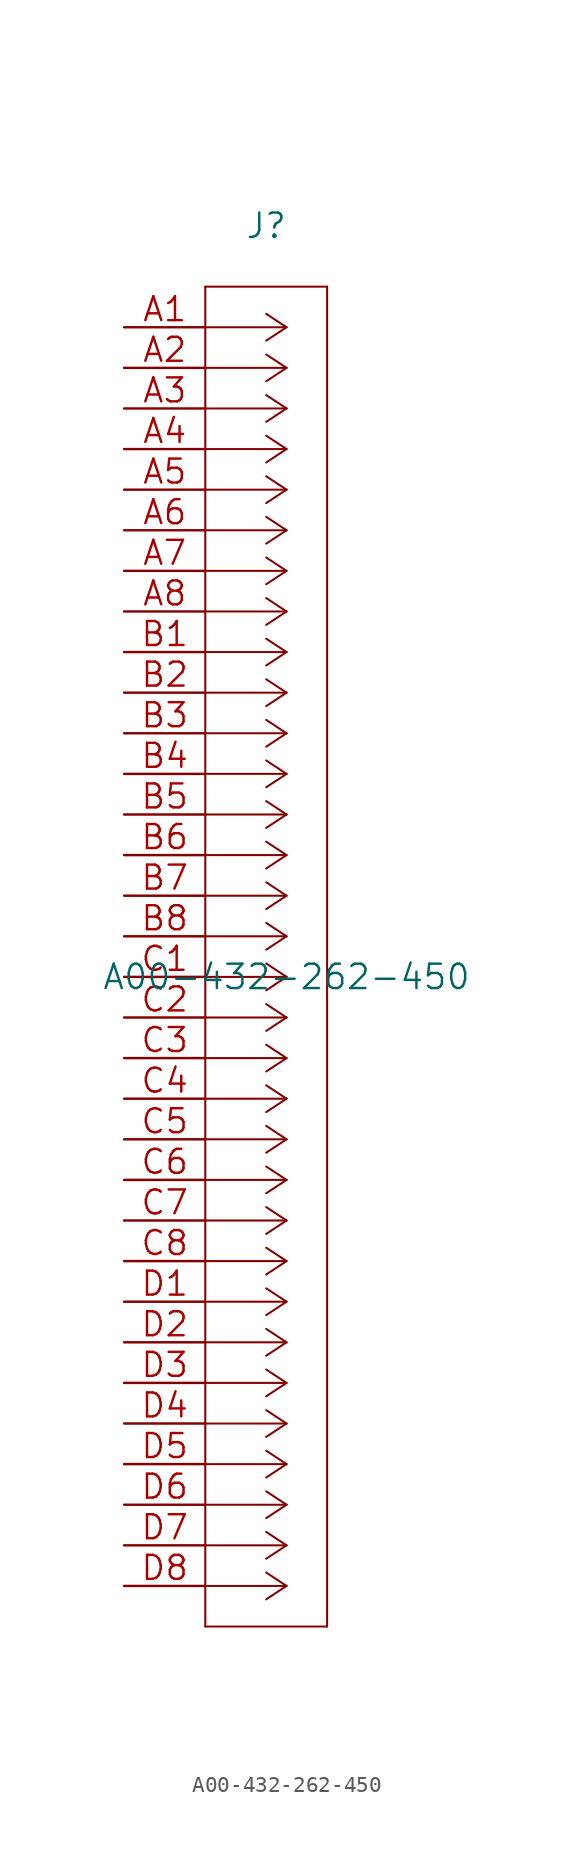
<source format=kicad_sym>
(kicad_symbol_lib
  (version 20211014)
  (generator kicad_symbol_editor)
  (symbol "A00-432-262-450"
    (pin_names
      (offset 0.254) hide)
    (property "Reference" "J"
      (at 8.89 6.35 0)
      (effects (font (size 1.524 1.524))))
    (property "Value" "A00-432-262-450"
      (at 10.16 -40.64 0)
      (effects (font (size 1.524 1.524))))
    (property "Datasheet" ""
      (at 0 0 0)
      (effects (font (size 1.524 1.524))))
    (property "ki_locked" ""
      (at 0 0 0)
      (effects (font (size 1.27 1.27))))
    (symbol "A00-432-262-450_1_1"
      (polyline (pts (xy 5.08 -81.28) (xy 12.7 -81.28)) (stroke (width 0.127) (type default) (color 0 0 0 0)) (fill (type none)))
      (polyline (pts (xy 5.08 2.54) (xy 5.08 -81.28)) (stroke (width 0.127) (type default) (color 0 0 0 0)) (fill (type none)))
      (polyline (pts (xy 10.16 -78.74) (xy 5.08 -78.74)) (stroke (width 0.127) (type default) (color 0 0 0 0)) (fill (type none)))
      (polyline (pts (xy 10.16 -78.74) (xy 8.89 -79.578)) (stroke (width 0.127) (type default) (color 0 0 0 0)) (fill (type none)))
      (polyline (pts (xy 10.16 -78.74) (xy 8.89 -77.902)) (stroke (width 0.127) (type default) (color 0 0 0 0)) (fill (type none)))
      (polyline (pts (xy 10.16 -76.2) (xy 5.08 -76.2)) (stroke (width 0.127) (type default) (color 0 0 0 0)) (fill (type none)))
      (polyline (pts (xy 10.16 -76.2) (xy 8.89 -77.038)) (stroke (width 0.127) (type default) (color 0 0 0 0)) (fill (type none)))
      (polyline (pts (xy 10.16 -76.2) (xy 8.89 -75.362)) (stroke (width 0.127) (type default) (color 0 0 0 0)) (fill (type none)))
      (polyline (pts (xy 10.16 -73.66) (xy 5.08 -73.66)) (stroke (width 0.127) (type default) (color 0 0 0 0)) (fill (type none)))
      (polyline (pts (xy 10.16 -73.66) (xy 8.89 -74.498)) (stroke (width 0.127) (type default) (color 0 0 0 0)) (fill (type none)))
      (polyline (pts (xy 10.16 -73.66) (xy 8.89 -72.822)) (stroke (width 0.127) (type default) (color 0 0 0 0)) (fill (type none)))
      (polyline (pts (xy 10.16 -71.12) (xy 5.08 -71.12)) (stroke (width 0.127) (type default) (color 0 0 0 0)) (fill (type none)))
      (polyline (pts (xy 10.16 -71.12) (xy 8.89 -71.958)) (stroke (width 0.127) (type default) (color 0 0 0 0)) (fill (type none)))
      (polyline (pts (xy 10.16 -71.12) (xy 8.89 -70.282)) (stroke (width 0.127) (type default) (color 0 0 0 0)) (fill (type none)))
      (polyline (pts (xy 10.16 -68.58) (xy 5.08 -68.58)) (stroke (width 0.127) (type default) (color 0 0 0 0)) (fill (type none)))
      (polyline (pts (xy 10.16 -68.58) (xy 8.89 -69.418)) (stroke (width 0.127) (type default) (color 0 0 0 0)) (fill (type none)))
      (polyline (pts (xy 10.16 -68.58) (xy 8.89 -67.742)) (stroke (width 0.127) (type default) (color 0 0 0 0)) (fill (type none)))
      (polyline (pts (xy 10.16 -66.04) (xy 5.08 -66.04)) (stroke (width 0.127) (type default) (color 0 0 0 0)) (fill (type none)))
      (polyline (pts (xy 10.16 -66.04) (xy 8.89 -66.878)) (stroke (width 0.127) (type default) (color 0 0 0 0)) (fill (type none)))
      (polyline (pts (xy 10.16 -66.04) (xy 8.89 -65.202)) (stroke (width 0.127) (type default) (color 0 0 0 0)) (fill (type none)))
      (polyline (pts (xy 10.16 -63.5) (xy 5.08 -63.5)) (stroke (width 0.127) (type default) (color 0 0 0 0)) (fill (type none)))
      (polyline (pts (xy 10.16 -63.5) (xy 8.89 -64.338)) (stroke (width 0.127) (type default) (color 0 0 0 0)) (fill (type none)))
      (polyline (pts (xy 10.16 -63.5) (xy 8.89 -62.662)) (stroke (width 0.127) (type default) (color 0 0 0 0)) (fill (type none)))
      (polyline (pts (xy 10.16 -60.96) (xy 5.08 -60.96)) (stroke (width 0.127) (type default) (color 0 0 0 0)) (fill (type none)))
      (polyline (pts (xy 10.16 -60.96) (xy 8.89 -61.798)) (stroke (width 0.127) (type default) (color 0 0 0 0)) (fill (type none)))
      (polyline (pts (xy 10.16 -60.96) (xy 8.89 -60.122)) (stroke (width 0.127) (type default) (color 0 0 0 0)) (fill (type none)))
      (polyline (pts (xy 10.16 -58.42) (xy 5.08 -58.42)) (stroke (width 0.127) (type default) (color 0 0 0 0)) (fill (type none)))
      (polyline (pts (xy 10.16 -58.42) (xy 8.89 -59.258)) (stroke (width 0.127) (type default) (color 0 0 0 0)) (fill (type none)))
      (polyline (pts (xy 10.16 -58.42) (xy 8.89 -57.582)) (stroke (width 0.127) (type default) (color 0 0 0 0)) (fill (type none)))
      (polyline (pts (xy 10.16 -55.88) (xy 5.08 -55.88)) (stroke (width 0.127) (type default) (color 0 0 0 0)) (fill (type none)))
      (polyline (pts (xy 10.16 -55.88) (xy 8.89 -56.718)) (stroke (width 0.127) (type default) (color 0 0 0 0)) (fill (type none)))
      (polyline (pts (xy 10.16 -55.88) (xy 8.89 -55.042)) (stroke (width 0.127) (type default) (color 0 0 0 0)) (fill (type none)))
      (polyline (pts (xy 10.16 -53.34) (xy 5.08 -53.34)) (stroke (width 0.127) (type default) (color 0 0 0 0)) (fill (type none)))
      (polyline (pts (xy 10.16 -53.34) (xy 8.89 -54.178)) (stroke (width 0.127) (type default) (color 0 0 0 0)) (fill (type none)))
      (polyline (pts (xy 10.16 -53.34) (xy 8.89 -52.502)) (stroke (width 0.127) (type default) (color 0 0 0 0)) (fill (type none)))
      (polyline (pts (xy 10.16 -50.8) (xy 5.08 -50.8)) (stroke (width 0.127) (type default) (color 0 0 0 0)) (fill (type none)))
      (polyline (pts (xy 10.16 -50.8) (xy 8.89 -51.638)) (stroke (width 0.127) (type default) (color 0 0 0 0)) (fill (type none)))
      (polyline (pts (xy 10.16 -50.8) (xy 8.89 -49.962)) (stroke (width 0.127) (type default) (color 0 0 0 0)) (fill (type none)))
      (polyline (pts (xy 10.16 -48.26) (xy 5.08 -48.26)) (stroke (width 0.127) (type default) (color 0 0 0 0)) (fill (type none)))
      (polyline (pts (xy 10.16 -48.26) (xy 8.89 -49.098)) (stroke (width 0.127) (type default) (color 0 0 0 0)) (fill (type none)))
      (polyline (pts (xy 10.16 -48.26) (xy 8.89 -47.422)) (stroke (width 0.127) (type default) (color 0 0 0 0)) (fill (type none)))
      (polyline (pts (xy 10.16 -45.72) (xy 5.08 -45.72)) (stroke (width 0.127) (type default) (color 0 0 0 0)) (fill (type none)))
      (polyline (pts (xy 10.16 -45.72) (xy 8.89 -46.558)) (stroke (width 0.127) (type default) (color 0 0 0 0)) (fill (type none)))
      (polyline (pts (xy 10.16 -45.72) (xy 8.89 -44.882)) (stroke (width 0.127) (type default) (color 0 0 0 0)) (fill (type none)))
      (polyline (pts (xy 10.16 -43.18) (xy 5.08 -43.18)) (stroke (width 0.127) (type default) (color 0 0 0 0)) (fill (type none)))
      (polyline (pts (xy 10.16 -43.18) (xy 8.89 -44.018)) (stroke (width 0.127) (type default) (color 0 0 0 0)) (fill (type none)))
      (polyline (pts (xy 10.16 -43.18) (xy 8.89 -42.342)) (stroke (width 0.127) (type default) (color 0 0 0 0)) (fill (type none)))
      (polyline (pts (xy 10.16 -40.64) (xy 5.08 -40.64)) (stroke (width 0.127) (type default) (color 0 0 0 0)) (fill (type none)))
      (polyline (pts (xy 10.16 -40.64) (xy 8.89 -41.478)) (stroke (width 0.127) (type default) (color 0 0 0 0)) (fill (type none)))
      (polyline (pts (xy 10.16 -40.64) (xy 8.89 -39.802)) (stroke (width 0.127) (type default) (color 0 0 0 0)) (fill (type none)))
      (polyline (pts (xy 10.16 -38.1) (xy 5.08 -38.1)) (stroke (width 0.127) (type default) (color 0 0 0 0)) (fill (type none)))
      (polyline (pts (xy 10.16 -38.1) (xy 8.89 -38.938)) (stroke (width 0.127) (type default) (color 0 0 0 0)) (fill (type none)))
      (polyline (pts (xy 10.16 -38.1) (xy 8.89 -37.262)) (stroke (width 0.127) (type default) (color 0 0 0 0)) (fill (type none)))
      (polyline (pts (xy 10.16 -35.56) (xy 5.08 -35.56)) (stroke (width 0.127) (type default) (color 0 0 0 0)) (fill (type none)))
      (polyline (pts (xy 10.16 -35.56) (xy 8.89 -36.398)) (stroke (width 0.127) (type default) (color 0 0 0 0)) (fill (type none)))
      (polyline (pts (xy 10.16 -35.56) (xy 8.89 -34.722)) (stroke (width 0.127) (type default) (color 0 0 0 0)) (fill (type none)))
      (polyline (pts (xy 10.16 -33.02) (xy 5.08 -33.02)) (stroke (width 0.127) (type default) (color 0 0 0 0)) (fill (type none)))
      (polyline (pts (xy 10.16 -33.02) (xy 8.89 -33.858)) (stroke (width 0.127) (type default) (color 0 0 0 0)) (fill (type none)))
      (polyline (pts (xy 10.16 -33.02) (xy 8.89 -32.182)) (stroke (width 0.127) (type default) (color 0 0 0 0)) (fill (type none)))
      (polyline (pts (xy 10.16 -30.48) (xy 5.08 -30.48)) (stroke (width 0.127) (type default) (color 0 0 0 0)) (fill (type none)))
      (polyline (pts (xy 10.16 -30.48) (xy 8.89 -31.318)) (stroke (width 0.127) (type default) (color 0 0 0 0)) (fill (type none)))
      (polyline (pts (xy 10.16 -30.48) (xy 8.89 -29.642)) (stroke (width 0.127) (type default) (color 0 0 0 0)) (fill (type none)))
      (polyline (pts (xy 10.16 -27.94) (xy 5.08 -27.94)) (stroke (width 0.127) (type default) (color 0 0 0 0)) (fill (type none)))
      (polyline (pts (xy 10.16 -27.94) (xy 8.89 -28.778)) (stroke (width 0.127) (type default) (color 0 0 0 0)) (fill (type none)))
      (polyline (pts (xy 10.16 -27.94) (xy 8.89 -27.102)) (stroke (width 0.127) (type default) (color 0 0 0 0)) (fill (type none)))
      (polyline (pts (xy 10.16 -25.4) (xy 5.08 -25.4)) (stroke (width 0.127) (type default) (color 0 0 0 0)) (fill (type none)))
      (polyline (pts (xy 10.16 -25.4) (xy 8.89 -26.238)) (stroke (width 0.127) (type default) (color 0 0 0 0)) (fill (type none)))
      (polyline (pts (xy 10.16 -25.4) (xy 8.89 -24.562)) (stroke (width 0.127) (type default) (color 0 0 0 0)) (fill (type none)))
      (polyline (pts (xy 10.16 -22.86) (xy 5.08 -22.86)) (stroke (width 0.127) (type default) (color 0 0 0 0)) (fill (type none)))
      (polyline (pts (xy 10.16 -22.86) (xy 8.89 -23.698)) (stroke (width 0.127) (type default) (color 0 0 0 0)) (fill (type none)))
      (polyline (pts (xy 10.16 -22.86) (xy 8.89 -22.022)) (stroke (width 0.127) (type default) (color 0 0 0 0)) (fill (type none)))
      (polyline (pts (xy 10.16 -20.32) (xy 5.08 -20.32)) (stroke (width 0.127) (type default) (color 0 0 0 0)) (fill (type none)))
      (polyline (pts (xy 10.16 -20.32) (xy 8.89 -21.158)) (stroke (width 0.127) (type default) (color 0 0 0 0)) (fill (type none)))
      (polyline (pts (xy 10.16 -20.32) (xy 8.89 -19.482)) (stroke (width 0.127) (type default) (color 0 0 0 0)) (fill (type none)))
      (polyline (pts (xy 10.16 -17.78) (xy 5.08 -17.78)) (stroke (width 0.127) (type default) (color 0 0 0 0)) (fill (type none)))
      (polyline (pts (xy 10.16 -17.78) (xy 8.89 -18.618)) (stroke (width 0.127) (type default) (color 0 0 0 0)) (fill (type none)))
      (polyline (pts (xy 10.16 -17.78) (xy 8.89 -16.942)) (stroke (width 0.127) (type default) (color 0 0 0 0)) (fill (type none)))
      (polyline (pts (xy 10.16 -15.24) (xy 5.08 -15.24)) (stroke (width 0.127) (type default) (color 0 0 0 0)) (fill (type none)))
      (polyline (pts (xy 10.16 -15.24) (xy 8.89 -16.078)) (stroke (width 0.127) (type default) (color 0 0 0 0)) (fill (type none)))
      (polyline (pts (xy 10.16 -15.24) (xy 8.89 -14.402)) (stroke (width 0.127) (type default) (color 0 0 0 0)) (fill (type none)))
      (polyline (pts (xy 10.16 -12.7) (xy 5.08 -12.7)) (stroke (width 0.127) (type default) (color 0 0 0 0)) (fill (type none)))
      (polyline (pts (xy 10.16 -12.7) (xy 8.89 -13.538)) (stroke (width 0.127) (type default) (color 0 0 0 0)) (fill (type none)))
      (polyline (pts (xy 10.16 -12.7) (xy 8.89 -11.862)) (stroke (width 0.127) (type default) (color 0 0 0 0)) (fill (type none)))
      (polyline (pts (xy 10.16 -10.16) (xy 5.08 -10.16)) (stroke (width 0.127) (type default) (color 0 0 0 0)) (fill (type none)))
      (polyline (pts (xy 10.16 -10.16) (xy 8.89 -10.998)) (stroke (width 0.127) (type default) (color 0 0 0 0)) (fill (type none)))
      (polyline (pts (xy 10.16 -10.16) (xy 8.89 -9.322)) (stroke (width 0.127) (type default) (color 0 0 0 0)) (fill (type none)))
      (polyline (pts (xy 10.16 -7.62) (xy 5.08 -7.62)) (stroke (width 0.127) (type default) (color 0 0 0 0)) (fill (type none)))
      (polyline (pts (xy 10.16 -7.62) (xy 8.89 -8.458)) (stroke (width 0.127) (type default) (color 0 0 0 0)) (fill (type none)))
      (polyline (pts (xy 10.16 -7.62) (xy 8.89 -6.782)) (stroke (width 0.127) (type default) (color 0 0 0 0)) (fill (type none)))
      (polyline (pts (xy 10.16 -5.08) (xy 5.08 -5.08)) (stroke (width 0.127) (type default) (color 0 0 0 0)) (fill (type none)))
      (polyline (pts (xy 10.16 -5.08) (xy 8.89 -5.918)) (stroke (width 0.127) (type default) (color 0 0 0 0)) (fill (type none)))
      (polyline (pts (xy 10.16 -5.08) (xy 8.89 -4.242)) (stroke (width 0.127) (type default) (color 0 0 0 0)) (fill (type none)))
      (polyline (pts (xy 10.16 -2.54) (xy 5.08 -2.54)) (stroke (width 0.127) (type default) (color 0 0 0 0)) (fill (type none)))
      (polyline (pts (xy 10.16 -2.54) (xy 8.89 -3.378)) (stroke (width 0.127) (type default) (color 0 0 0 0)) (fill (type none)))
      (polyline (pts (xy 10.16 -2.54) (xy 8.89 -1.702)) (stroke (width 0.127) (type default) (color 0 0 0 0)) (fill (type none)))
      (polyline (pts (xy 10.16 0) (xy 5.08 0)) (stroke (width 0.127) (type default) (color 0 0 0 0)) (fill (type none)))
      (polyline (pts (xy 10.16 0) (xy 8.89 -0.838)) (stroke (width 0.127) (type default) (color 0 0 0 0)) (fill (type none)))
      (polyline (pts (xy 10.16 0) (xy 8.89 0.838)) (stroke (width 0.127) (type default) (color 0 0 0 0)) (fill (type none)))
      (polyline (pts (xy 12.7 -81.28) (xy 12.7 2.54)) (stroke (width 0.127) (type default) (color 0 0 0 0)) (fill (type none)))
      (polyline (pts (xy 12.7 2.54) (xy 5.08 2.54)) (stroke (width 0.127) (type default) (color 0 0 0 0)) (fill (type none)))
      (pin unspecified line (at 0 0 0) (length 5.08) (name "A1" (effects (font (size 1.499 1.499)))) (number "A1" (effects (font (size 1.499 1.499)))))
      (pin unspecified line (at 0 -2.54 0) (length 5.08) (name "A2" (effects (font (size 1.499 1.499)))) (number "A2" (effects (font (size 1.499 1.499)))))
      (pin unspecified line (at 0 -5.08 0) (length 5.08) (name "A3" (effects (font (size 1.499 1.499)))) (number "A3" (effects (font (size 1.499 1.499)))))
      (pin unspecified line (at 0 -7.62 0) (length 5.08) (name "A4" (effects (font (size 1.499 1.499)))) (number "A4" (effects (font (size 1.499 1.499)))))
      (pin unspecified line (at 0 -10.16 0) (length 5.08) (name "A5" (effects (font (size 1.499 1.499)))) (number "A5" (effects (font (size 1.499 1.499)))))
      (pin unspecified line (at 0 -12.7 0) (length 5.08) (name "A6" (effects (font (size 1.499 1.499)))) (number "A6" (effects (font (size 1.499 1.499)))))
      (pin unspecified line (at 0 -15.24 0) (length 5.08) (name "A7" (effects (font (size 1.499 1.499)))) (number "A7" (effects (font (size 1.499 1.499)))))
      (pin unspecified line (at 0 -17.78 0) (length 5.08) (name "A8" (effects (font (size 1.499 1.499)))) (number "A8" (effects (font (size 1.499 1.499)))))
      (pin unspecified line (at 0 -20.32 0) (length 5.08) (name "B1" (effects (font (size 1.499 1.499)))) (number "B1" (effects (font (size 1.499 1.499)))))
      (pin unspecified line (at 0 -22.86 0) (length 5.08) (name "B2" (effects (font (size 1.499 1.499)))) (number "B2" (effects (font (size 1.499 1.499)))))
      (pin unspecified line (at 0 -25.4 0) (length 5.08) (name "B3" (effects (font (size 1.499 1.499)))) (number "B3" (effects (font (size 1.499 1.499)))))
      (pin unspecified line (at 0 -27.94 0) (length 5.08) (name "B4" (effects (font (size 1.499 1.499)))) (number "B4" (effects (font (size 1.499 1.499)))))
      (pin unspecified line (at 0 -30.48 0) (length 5.08) (name "B5" (effects (font (size 1.499 1.499)))) (number "B5" (effects (font (size 1.499 1.499)))))
      (pin unspecified line (at 0 -33.02 0) (length 5.08) (name "B6" (effects (font (size 1.499 1.499)))) (number "B6" (effects (font (size 1.499 1.499)))))
      (pin unspecified line (at 0 -35.56 0) (length 5.08) (name "B7" (effects (font (size 1.499 1.499)))) (number "B7" (effects (font (size 1.499 1.499)))))
      (pin unspecified line (at 0 -38.1 0) (length 5.08) (name "B8" (effects (font (size 1.499 1.499)))) (number "B8" (effects (font (size 1.499 1.499)))))
      (pin unspecified line (at 0 -40.64 0) (length 5.08) (name "C1" (effects (font (size 1.499 1.499)))) (number "C1" (effects (font (size 1.499 1.499)))))
      (pin unspecified line (at 0 -43.18 0) (length 5.08) (name "C2" (effects (font (size 1.499 1.499)))) (number "C2" (effects (font (size 1.499 1.499)))))
      (pin unspecified line (at 0 -45.72 0) (length 5.08) (name "C3" (effects (font (size 1.499 1.499)))) (number "C3" (effects (font (size 1.499 1.499)))))
      (pin unspecified line (at 0 -48.26 0) (length 5.08) (name "C4" (effects (font (size 1.499 1.499)))) (number "C4" (effects (font (size 1.499 1.499)))))
      (pin unspecified line (at 0 -50.8 0) (length 5.08) (name "C5" (effects (font (size 1.499 1.499)))) (number "C5" (effects (font (size 1.499 1.499)))))
      (pin unspecified line (at 0 -53.34 0) (length 5.08) (name "C6" (effects (font (size 1.499 1.499)))) (number "C6" (effects (font (size 1.499 1.499)))))
      (pin unspecified line (at 0 -55.88 0) (length 5.08) (name "C7" (effects (font (size 1.499 1.499)))) (number "C7" (effects (font (size 1.499 1.499)))))
      (pin unspecified line (at 0 -58.42 0) (length 5.08) (name "C8" (effects (font (size 1.499 1.499)))) (number "C8" (effects (font (size 1.499 1.499)))))
      (pin unspecified line (at 0 -60.96 0) (length 5.08) (name "D1" (effects (font (size 1.499 1.499)))) (number "D1" (effects (font (size 1.499 1.499)))))
      (pin unspecified line (at 0 -63.5 0) (length 5.08) (name "D2" (effects (font (size 1.499 1.499)))) (number "D2" (effects (font (size 1.499 1.499)))))
      (pin unspecified line (at 0 -66.04 0) (length 5.08) (name "D3" (effects (font (size 1.499 1.499)))) (number "D3" (effects (font (size 1.499 1.499)))))
      (pin unspecified line (at 0 -68.58 0) (length 5.08) (name "D4" (effects (font (size 1.499 1.499)))) (number "D4" (effects (font (size 1.499 1.499)))))
      (pin unspecified line (at 0 -71.12 0) (length 5.08) (name "D5" (effects (font (size 1.499 1.499)))) (number "D5" (effects (font (size 1.499 1.499)))))
      (pin unspecified line (at 0 -73.66 0) (length 5.08) (name "D6" (effects (font (size 1.499 1.499)))) (number "D6" (effects (font (size 1.499 1.499)))))
      (pin unspecified line (at 0 -76.2 0) (length 5.08) (name "D7" (effects (font (size 1.499 1.499)))) (number "D7" (effects (font (size 1.499 1.499)))))
      (pin unspecified line (at 0 -78.74 0) (length 5.08) (name "D8" (effects (font (size 1.499 1.499)))) (number "D8" (effects (font (size 1.499 1.499))))))))
</source>
